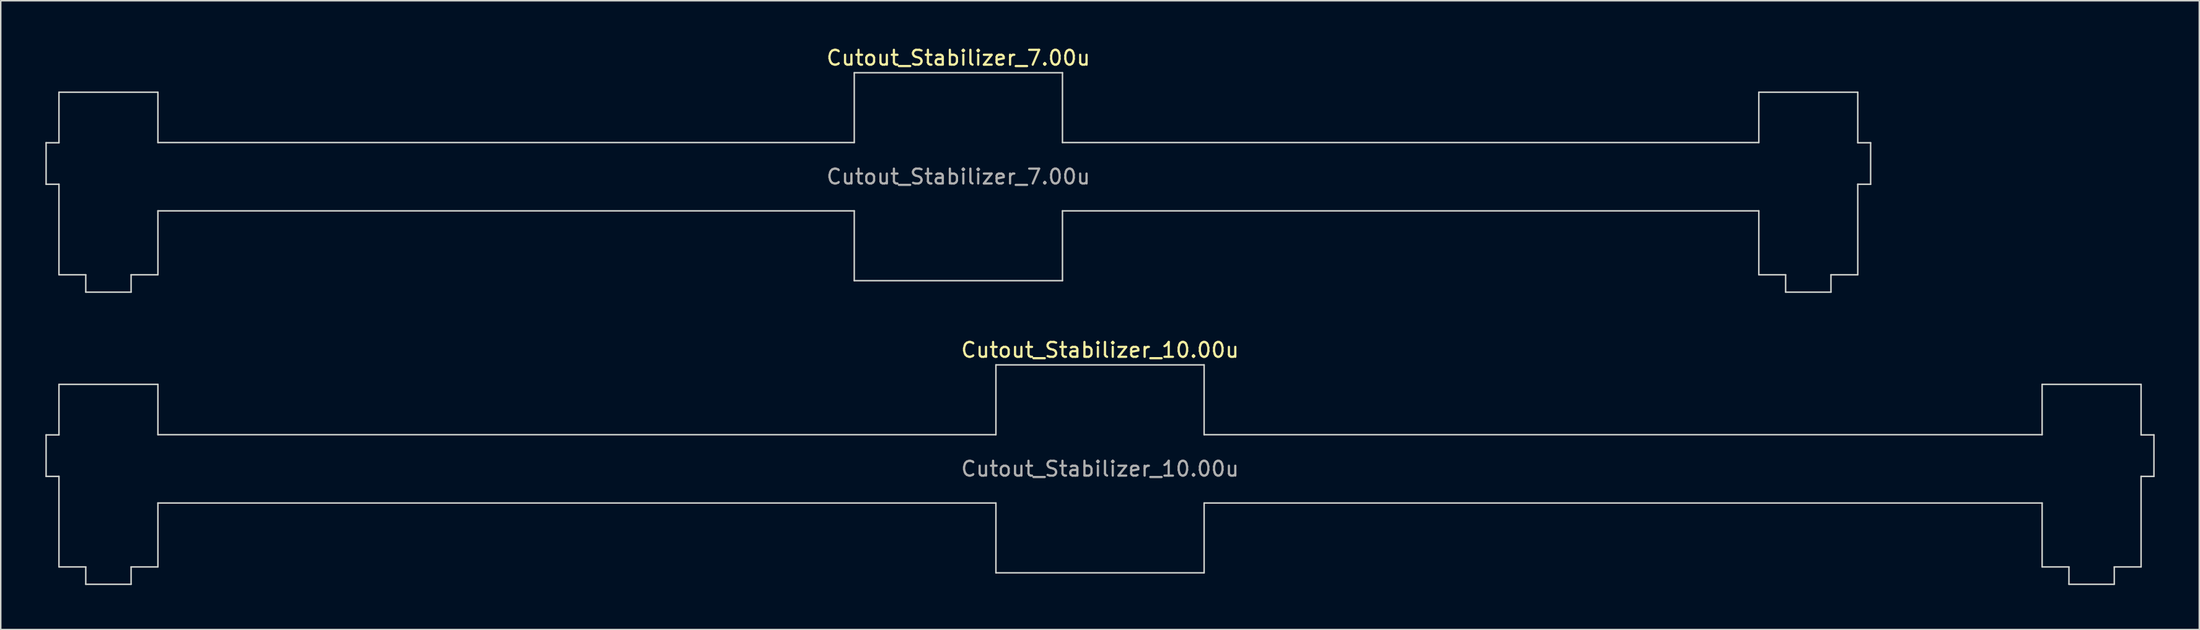
<source format=kicad_pcb>
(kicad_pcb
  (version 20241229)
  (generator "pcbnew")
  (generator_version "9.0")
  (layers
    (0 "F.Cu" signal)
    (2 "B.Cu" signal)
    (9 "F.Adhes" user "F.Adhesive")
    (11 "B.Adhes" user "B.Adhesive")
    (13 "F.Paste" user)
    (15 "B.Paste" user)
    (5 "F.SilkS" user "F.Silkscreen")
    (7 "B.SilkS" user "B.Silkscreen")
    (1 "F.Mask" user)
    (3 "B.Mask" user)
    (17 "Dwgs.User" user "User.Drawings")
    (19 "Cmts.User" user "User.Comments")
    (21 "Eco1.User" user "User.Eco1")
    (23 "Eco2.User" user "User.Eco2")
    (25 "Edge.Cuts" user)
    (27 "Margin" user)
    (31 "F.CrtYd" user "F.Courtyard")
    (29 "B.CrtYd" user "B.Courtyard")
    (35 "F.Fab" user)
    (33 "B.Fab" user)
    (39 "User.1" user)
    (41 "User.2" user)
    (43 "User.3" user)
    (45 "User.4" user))
  (footprint "Cutout_Stabilizer_7.00u"
    (layer "F.Cu")
    (at 61.391 8.848)
    (property "Reference" "Cutout_Stabilizer_7.00u" (at 0 -8 0) (layer "F.SilkS") (effects (font (size 1 1) (thickness 0.15))))
    (attr through_hole)
    (fp_line (start -61.341 -2.286) (end -60.477 -2.286) (stroke (width 0.1) (type solid)) (layer "Edge.Cuts"))
    (fp_line (start -61.341 0.508) (end -61.341 -2.286) (stroke (width 0.1) (type solid)) (layer "Edge.Cuts"))
    (fp_line (start -60.477 -5.69) (end -53.823 -5.69) (stroke (width 0.1) (type solid)) (layer "Edge.Cuts"))
    (fp_line (start -60.477 -2.286) (end -60.477 -5.69) (stroke (width 0.1) (type solid)) (layer "Edge.Cuts"))
    (fp_line (start -60.477 0.508) (end -61.341 0.508) (stroke (width 0.1) (type solid)) (layer "Edge.Cuts"))
    (fp_line (start -60.477 6.604) (end -60.477 0.508) (stroke (width 0.1) (type solid)) (layer "Edge.Cuts"))
    (fp_line (start -58.674 6.604) (end -60.477 6.604) (stroke (width 0.1) (type solid)) (layer "Edge.Cuts"))
    (fp_line (start -58.674 7.772) (end -58.674 6.604) (stroke (width 0.1) (type solid)) (layer "Edge.Cuts"))
    (fp_line (start -55.626 6.604) (end -55.626 7.772) (stroke (width 0.1) (type solid)) (layer "Edge.Cuts"))
    (fp_line (start -55.626 7.772) (end -58.674 7.772) (stroke (width 0.1) (type solid)) (layer "Edge.Cuts"))
    (fp_line (start -53.823 -5.69) (end -53.823 -2.3) (stroke (width 0.1) (type solid)) (layer "Edge.Cuts"))
    (fp_line (start -53.823 -2.3) (end -7 -2.3) (stroke (width 0.1) (type solid)) (layer "Edge.Cuts"))
    (fp_line (start -53.823 2.3) (end -53.823 6.604) (stroke (width 0.1) (type solid)) (layer "Edge.Cuts"))
    (fp_line (start -53.823 6.604) (end -55.626 6.604) (stroke (width 0.1) (type solid)) (layer "Edge.Cuts"))
    (fp_line (start -7 -7) (end -7 -2.3) (stroke (width 0.1) (type solid)) (layer "Edge.Cuts"))
    (fp_line (start -7 -7) (end 7 -7) (stroke (width 0.1) (type solid)) (layer "Edge.Cuts"))
    (fp_line (start -7 2.3) (end -53.823 2.3) (stroke (width 0.1) (type solid)) (layer "Edge.Cuts"))
    (fp_line (start -7 2.3) (end -7 7) (stroke (width 0.1) (type solid)) (layer "Edge.Cuts"))
    (fp_line (start -7 7) (end 7 7) (stroke (width 0.1) (type solid)) (layer "Edge.Cuts"))
    (fp_line (start 7 -7) (end 7 -2.3) (stroke (width 0.1) (type solid)) (layer "Edge.Cuts"))
    (fp_line (start 7 2.3) (end 7 7) (stroke (width 0.1) (type solid)) (layer "Edge.Cuts"))
    (fp_line (start 7 2.3) (end 53.823 2.3) (stroke (width 0.1) (type solid)) (layer "Edge.Cuts"))
    (fp_line (start 53.823 -5.69) (end 53.823 -2.3) (stroke (width 0.1) (type solid)) (layer "Edge.Cuts"))
    (fp_line (start 53.823 -2.3) (end 7 -2.3) (stroke (width 0.1) (type solid)) (layer "Edge.Cuts"))
    (fp_line (start 53.823 2.3) (end 53.823 6.604) (stroke (width 0.1) (type solid)) (layer "Edge.Cuts"))
    (fp_line (start 53.823 6.604) (end 55.626 6.604) (stroke (width 0.1) (type solid)) (layer "Edge.Cuts"))
    (fp_line (start 55.626 6.604) (end 55.626 7.772) (stroke (width 0.1) (type solid)) (layer "Edge.Cuts"))
    (fp_line (start 55.626 7.772) (end 58.674 7.772) (stroke (width 0.1) (type solid)) (layer "Edge.Cuts"))
    (fp_line (start 58.674 6.604) (end 60.477 6.604) (stroke (width 0.1) (type solid)) (layer "Edge.Cuts"))
    (fp_line (start 58.674 7.772) (end 58.674 6.604) (stroke (width 0.1) (type solid)) (layer "Edge.Cuts"))
    (fp_line (start 60.477 -5.69) (end 53.823 -5.69) (stroke (width 0.1) (type solid)) (layer "Edge.Cuts"))
    (fp_line (start 60.477 -2.286) (end 60.477 -5.69) (stroke (width 0.1) (type solid)) (layer "Edge.Cuts"))
    (fp_line (start 60.477 0.508) (end 61.341 0.508) (stroke (width 0.1) (type solid)) (layer "Edge.Cuts"))
    (fp_line (start 60.477 6.604) (end 60.477 0.508) (stroke (width 0.1) (type solid)) (layer "Edge.Cuts"))
    (fp_line (start 61.341 -2.286) (end 60.477 -2.286) (stroke (width 0.1) (type solid)) (layer "Edge.Cuts"))
    (fp_line (start 61.341 0.508) (end 61.341 -2.286) (stroke (width 0.1) (type solid)) (layer "Edge.Cuts"))
    (fp_text user "${REFERENCE}" (at 0 0 0) (layer "F.Fab") (effects (font (size 1 1) (thickness 0.15)))))
  (footprint "Cutout_Stabilizer_10.00u"
    (layer "F.Cu")
    (at 70.916 28.519)
    (property "Reference" "Cutout_Stabilizer_10.00u" (at 0 -8 0) (layer "F.SilkS") (effects (font (size 1 1) (thickness 0.15))))
    (attr through_hole)
    (fp_line (start -70.866 -2.286) (end -70.002 -2.286) (stroke (width 0.1) (type solid)) (layer "Edge.Cuts"))
    (fp_line (start -70.866 0.508) (end -70.866 -2.286) (stroke (width 0.1) (type solid)) (layer "Edge.Cuts"))
    (fp_line (start -70.002 -5.69) (end -63.348 -5.69) (stroke (width 0.1) (type solid)) (layer "Edge.Cuts"))
    (fp_line (start -70.002 -2.286) (end -70.002 -5.69) (stroke (width 0.1) (type solid)) (layer "Edge.Cuts"))
    (fp_line (start -70.002 0.508) (end -70.866 0.508) (stroke (width 0.1) (type solid)) (layer "Edge.Cuts"))
    (fp_line (start -70.002 6.604) (end -70.002 0.508) (stroke (width 0.1) (type solid)) (layer "Edge.Cuts"))
    (fp_line (start -68.199 6.604) (end -70.002 6.604) (stroke (width 0.1) (type solid)) (layer "Edge.Cuts"))
    (fp_line (start -68.199 7.772) (end -68.199 6.604) (stroke (width 0.1) (type solid)) (layer "Edge.Cuts"))
    (fp_line (start -65.151 6.604) (end -65.151 7.772) (stroke (width 0.1) (type solid)) (layer "Edge.Cuts"))
    (fp_line (start -65.151 7.772) (end -68.199 7.772) (stroke (width 0.1) (type solid)) (layer "Edge.Cuts"))
    (fp_line (start -63.348 -5.69) (end -63.348 -2.3) (stroke (width 0.1) (type solid)) (layer "Edge.Cuts"))
    (fp_line (start -63.348 -2.3) (end -7 -2.3) (stroke (width 0.1) (type solid)) (layer "Edge.Cuts"))
    (fp_line (start -63.348 2.3) (end -63.348 6.604) (stroke (width 0.1) (type solid)) (layer "Edge.Cuts"))
    (fp_line (start -63.348 6.604) (end -65.151 6.604) (stroke (width 0.1) (type solid)) (layer "Edge.Cuts"))
    (fp_line (start -7 -7) (end -7 -2.3) (stroke (width 0.1) (type solid)) (layer "Edge.Cuts"))
    (fp_line (start -7 -7) (end 7 -7) (stroke (width 0.1) (type solid)) (layer "Edge.Cuts"))
    (fp_line (start -7 2.3) (end -63.348 2.3) (stroke (width 0.1) (type solid)) (layer "Edge.Cuts"))
    (fp_line (start -7 2.3) (end -7 7) (stroke (width 0.1) (type solid)) (layer "Edge.Cuts"))
    (fp_line (start -7 7) (end 7 7) (stroke (width 0.1) (type solid)) (layer "Edge.Cuts"))
    (fp_line (start 7 -7) (end 7 -2.3) (stroke (width 0.1) (type solid)) (layer "Edge.Cuts"))
    (fp_line (start 7 2.3) (end 7 7) (stroke (width 0.1) (type solid)) (layer "Edge.Cuts"))
    (fp_line (start 7 2.3) (end 63.348 2.3) (stroke (width 0.1) (type solid)) (layer "Edge.Cuts"))
    (fp_line (start 63.348 -5.69) (end 63.348 -2.3) (stroke (width 0.1) (type solid)) (layer "Edge.Cuts"))
    (fp_line (start 63.348 -2.3) (end 7 -2.3) (stroke (width 0.1) (type solid)) (layer "Edge.Cuts"))
    (fp_line (start 63.348 2.3) (end 63.348 6.604) (stroke (width 0.1) (type solid)) (layer "Edge.Cuts"))
    (fp_line (start 63.348 6.604) (end 65.151 6.604) (stroke (width 0.1) (type solid)) (layer "Edge.Cuts"))
    (fp_line (start 65.151 6.604) (end 65.151 7.772) (stroke (width 0.1) (type solid)) (layer "Edge.Cuts"))
    (fp_line (start 65.151 7.772) (end 68.199 7.772) (stroke (width 0.1) (type solid)) (layer "Edge.Cuts"))
    (fp_line (start 68.199 6.604) (end 70.002 6.604) (stroke (width 0.1) (type solid)) (layer "Edge.Cuts"))
    (fp_line (start 68.199 7.772) (end 68.199 6.604) (stroke (width 0.1) (type solid)) (layer "Edge.Cuts"))
    (fp_line (start 70.002 -5.69) (end 63.348 -5.69) (stroke (width 0.1) (type solid)) (layer "Edge.Cuts"))
    (fp_line (start 70.002 -2.286) (end 70.002 -5.69) (stroke (width 0.1) (type solid)) (layer "Edge.Cuts"))
    (fp_line (start 70.002 0.508) (end 70.866 0.508) (stroke (width 0.1) (type solid)) (layer "Edge.Cuts"))
    (fp_line (start 70.002 6.604) (end 70.002 0.508) (stroke (width 0.1) (type solid)) (layer "Edge.Cuts"))
    (fp_line (start 70.866 -2.286) (end 70.002 -2.286) (stroke (width 0.1) (type solid)) (layer "Edge.Cuts"))
    (fp_line (start 70.866 0.508) (end 70.866 -2.286) (stroke (width 0.1) (type solid)) (layer "Edge.Cuts"))
    (fp_text user "${REFERENCE}" (at 0 0 0) (layer "F.Fab") (effects (font (size 1 1) (thickness 0.15)))))
  (gr_rect
    (start -3 -3)
    (end 144.832 39.341)
    (stroke (width 0.1) (type default))
    (fill no)
    (layer "Edge.Cuts")))
</source>
